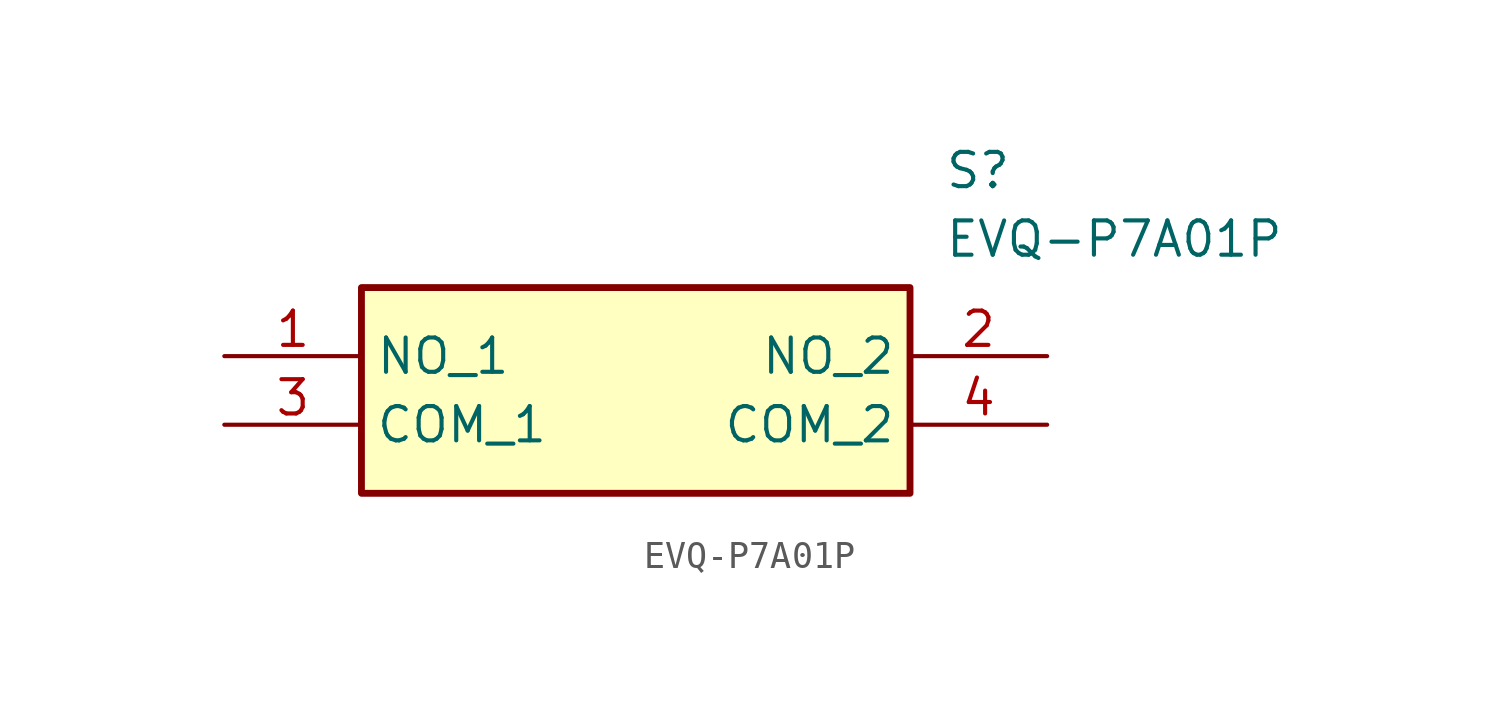
<source format=kicad_sym>
(kicad_symbol_lib
  (version 20211014)
  (generator SamacSys_ECAD_Model)
  (symbol "EVQ-P7A01P"
    (property "Reference" "S"
      (at 26.67 7.62 0)
      (effects (font (size 1.27 1.27)) (justify left top)))
    (property "Value" "EVQ-P7A01P"
      (at 26.67 5.08 0)
      (effects (font (size 1.27 1.27)) (justify left top)))
    (rectangle
      (start 5.08 2.54)
      (end 25.4 -5.08)
      (stroke (width 0.254) (type default))
      (fill (type background)))
    (pin passive line
      (at 0 0 0)
      (length 5.08)
      (name "NO_1" (effects (font (size 1.27 1.27))))
      (number "1" (effects (font (size 1.27 1.27)))))
    (pin passive line
      (at 30.48 0 180)
      (length 5.08)
      (name "NO_2" (effects (font (size 1.27 1.27))))
      (number "2" (effects (font (size 1.27 1.27)))))
    (pin passive line
      (at 0 -2.54 0)
      (length 5.08)
      (name "COM_1" (effects (font (size 1.27 1.27))))
      (number "3" (effects (font (size 1.27 1.27)))))
    (pin passive line
      (at 30.48 -2.54 180)
      (length 5.08)
      (name "COM_2" (effects (font (size 1.27 1.27))))
      (number "4" (effects (font (size 1.27 1.27)))))))
</source>
